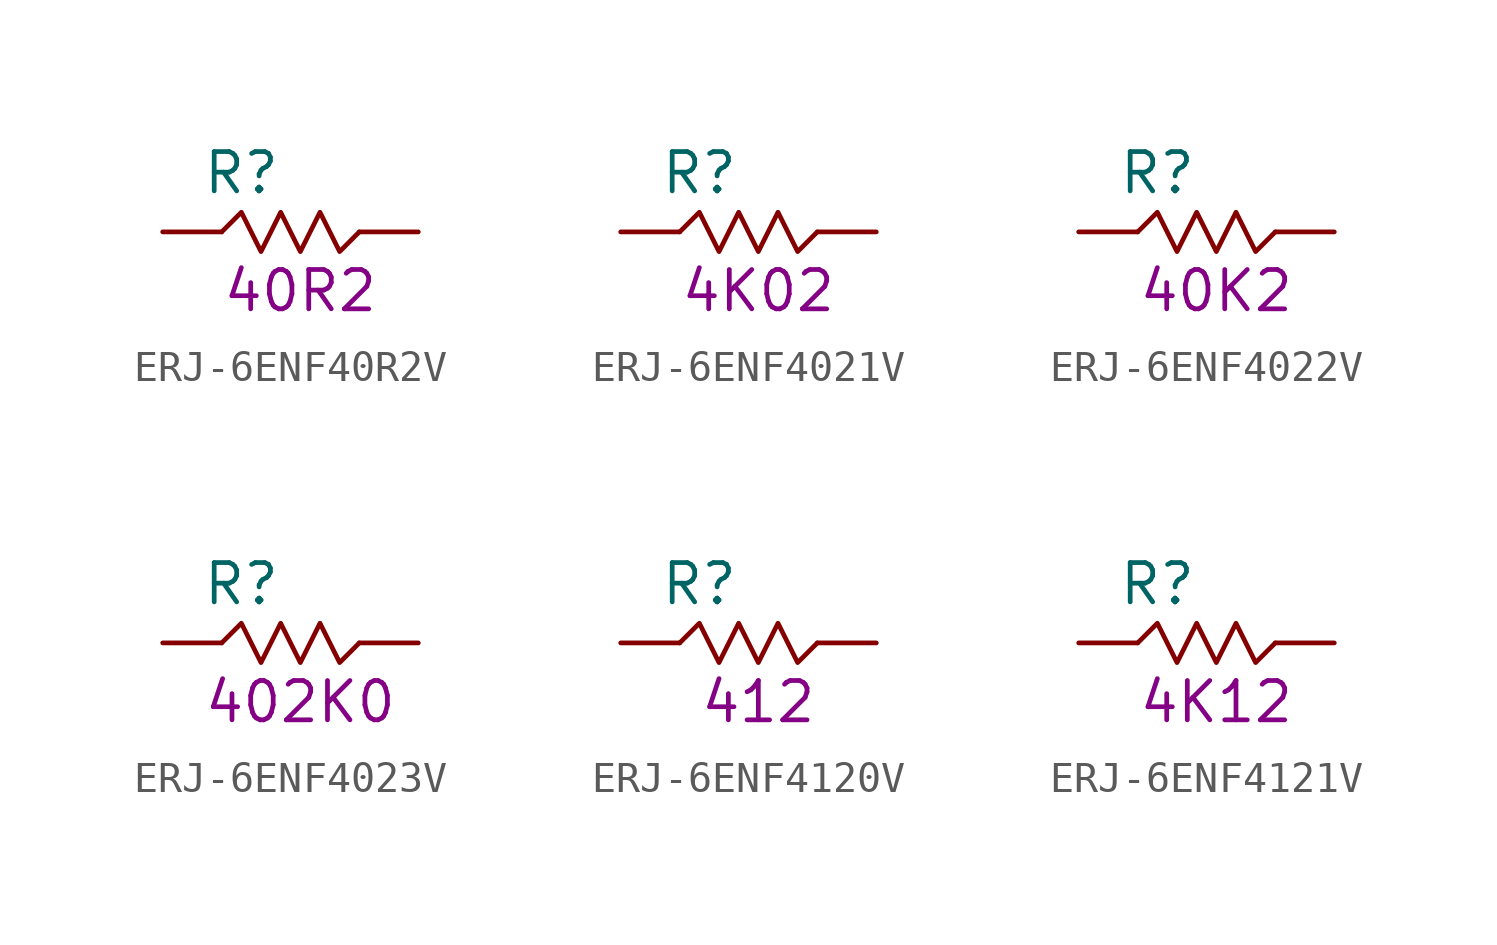
<source format=kicad_sym>
(kicad_symbol_lib
  (version 20211014)
  (generator KiCadLib_py)
  (symbol "ERJ-6ENF40R2V"
    (pin_numbers hide)
    (pin_names hide)
    (property "Reference" "R"
      (at -1.905 1.905 0)
      (effects (font (size 1.27 1.27))))
    (property "Val" "40R2"
      (at 0 -1.905 0)
      (effects (font (size 1.27 1.27))))
    (symbol "ERJ-6ENF40R2V_0_1"
      (polyline (pts (xy -2.54 0) (xy -1.905 0.635) (xy -1.27 -0.635) (xy -0.635 0.635) (xy 0 -0.635) (xy 0.635 0.635) (xy 1.27 -0.635) (xy 1.905 0)) (stroke (width 0) (type default) (color 0 0 0 0)) (fill (type none))))
    (symbol "ERJ-6ENF40R2V_1_1"
      (pin passive line (at -4.445 0 0) (length 1.905) (name "~" (effects (font (size 1.27 1.27)))) (number "1" (effects (font (size 1.27 1.27)))))
      (pin passive line (at 3.81 0 180) (length 1.905) (name "~" (effects (font (size 1.27 1.27)))) (number "2" (effects (font (size 1.27 1.27)))))))
  (symbol "ERJ-6ENF4021V"
    (pin_numbers hide)
    (pin_names hide)
    (property "Reference" "R"
      (at -1.905 1.905 0)
      (effects (font (size 1.27 1.27))))
    (property "Val" "4K02"
      (at 0 -1.905 0)
      (effects (font (size 1.27 1.27))))
    (symbol "ERJ-6ENF4021V_0_1"
      (polyline (pts (xy -2.54 0) (xy -1.905 0.635) (xy -1.27 -0.635) (xy -0.635 0.635) (xy 0 -0.635) (xy 0.635 0.635) (xy 1.27 -0.635) (xy 1.905 0)) (stroke (width 0) (type default) (color 0 0 0 0)) (fill (type none))))
    (symbol "ERJ-6ENF4021V_1_1"
      (pin passive line (at -4.445 0 0) (length 1.905) (name "~" (effects (font (size 1.27 1.27)))) (number "1" (effects (font (size 1.27 1.27)))))
      (pin passive line (at 3.81 0 180) (length 1.905) (name "~" (effects (font (size 1.27 1.27)))) (number "2" (effects (font (size 1.27 1.27)))))))
  (symbol "ERJ-6ENF4022V"
    (pin_numbers hide)
    (pin_names hide)
    (property "Reference" "R"
      (at -1.905 1.905 0)
      (effects (font (size 1.27 1.27))))
    (property "Val" "40K2"
      (at 0 -1.905 0)
      (effects (font (size 1.27 1.27))))
    (symbol "ERJ-6ENF4022V_0_1"
      (polyline (pts (xy -2.54 0) (xy -1.905 0.635) (xy -1.27 -0.635) (xy -0.635 0.635) (xy 0 -0.635) (xy 0.635 0.635) (xy 1.27 -0.635) (xy 1.905 0)) (stroke (width 0) (type default) (color 0 0 0 0)) (fill (type none))))
    (symbol "ERJ-6ENF4022V_1_1"
      (pin passive line (at -4.445 0 0) (length 1.905) (name "~" (effects (font (size 1.27 1.27)))) (number "1" (effects (font (size 1.27 1.27)))))
      (pin passive line (at 3.81 0 180) (length 1.905) (name "~" (effects (font (size 1.27 1.27)))) (number "2" (effects (font (size 1.27 1.27)))))))
  (symbol "ERJ-6ENF4023V"
    (pin_numbers hide)
    (pin_names hide)
    (property "Reference" "R"
      (at -1.905 1.905 0)
      (effects (font (size 1.27 1.27))))
    (property "Val" "402K0"
      (at 0 -1.905 0)
      (effects (font (size 1.27 1.27))))
    (symbol "ERJ-6ENF4023V_0_1"
      (polyline (pts (xy -2.54 0) (xy -1.905 0.635) (xy -1.27 -0.635) (xy -0.635 0.635) (xy 0 -0.635) (xy 0.635 0.635) (xy 1.27 -0.635) (xy 1.905 0)) (stroke (width 0) (type default) (color 0 0 0 0)) (fill (type none))))
    (symbol "ERJ-6ENF4023V_1_1"
      (pin passive line (at -4.445 0 0) (length 1.905) (name "~" (effects (font (size 1.27 1.27)))) (number "1" (effects (font (size 1.27 1.27)))))
      (pin passive line (at 3.81 0 180) (length 1.905) (name "~" (effects (font (size 1.27 1.27)))) (number "2" (effects (font (size 1.27 1.27)))))))
  (symbol "ERJ-6ENF4120V"
    (pin_numbers hide)
    (pin_names hide)
    (property "Reference" "R"
      (at -1.905 1.905 0)
      (effects (font (size 1.27 1.27))))
    (property "Val" "412"
      (at 0 -1.905 0)
      (effects (font (size 1.27 1.27))))
    (symbol "ERJ-6ENF4120V_0_1"
      (polyline (pts (xy -2.54 0) (xy -1.905 0.635) (xy -1.27 -0.635) (xy -0.635 0.635) (xy 0 -0.635) (xy 0.635 0.635) (xy 1.27 -0.635) (xy 1.905 0)) (stroke (width 0) (type default) (color 0 0 0 0)) (fill (type none))))
    (symbol "ERJ-6ENF4120V_1_1"
      (pin passive line (at -4.445 0 0) (length 1.905) (name "~" (effects (font (size 1.27 1.27)))) (number "1" (effects (font (size 1.27 1.27)))))
      (pin passive line (at 3.81 0 180) (length 1.905) (name "~" (effects (font (size 1.27 1.27)))) (number "2" (effects (font (size 1.27 1.27)))))))
  (symbol "ERJ-6ENF4121V"
    (pin_numbers hide)
    (pin_names hide)
    (property "Reference" "R"
      (at -1.905 1.905 0)
      (effects (font (size 1.27 1.27))))
    (property "Val" "4K12"
      (at 0 -1.905 0)
      (effects (font (size 1.27 1.27))))
    (symbol "ERJ-6ENF4121V_0_1"
      (polyline (pts (xy -2.54 0) (xy -1.905 0.635) (xy -1.27 -0.635) (xy -0.635 0.635) (xy 0 -0.635) (xy 0.635 0.635) (xy 1.27 -0.635) (xy 1.905 0)) (stroke (width 0) (type default) (color 0 0 0 0)) (fill (type none))))
    (symbol "ERJ-6ENF4121V_1_1"
      (pin passive line (at -4.445 0 0) (length 1.905) (name "~" (effects (font (size 1.27 1.27)))) (number "1" (effects (font (size 1.27 1.27)))))
      (pin passive line (at 3.81 0 180) (length 1.905) (name "~" (effects (font (size 1.27 1.27)))) (number "2" (effects (font (size 1.27 1.27))))))))
</source>
